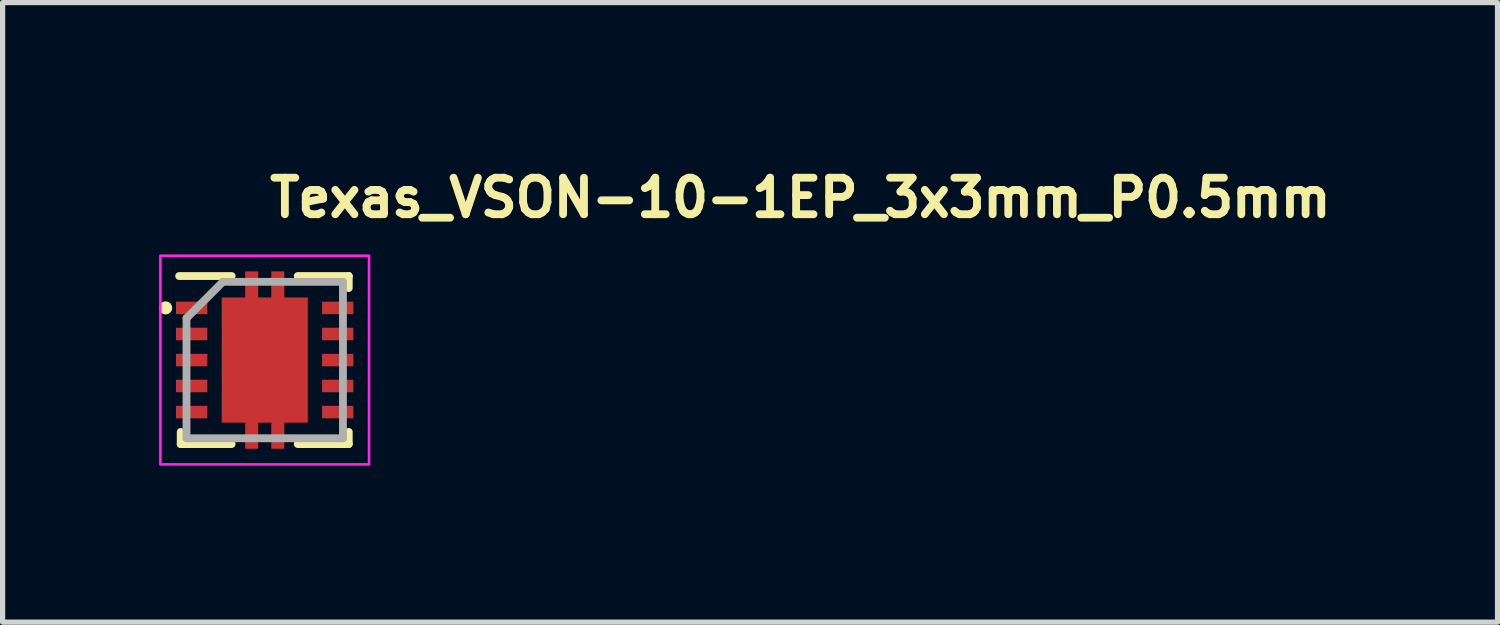
<source format=kicad_pcb>
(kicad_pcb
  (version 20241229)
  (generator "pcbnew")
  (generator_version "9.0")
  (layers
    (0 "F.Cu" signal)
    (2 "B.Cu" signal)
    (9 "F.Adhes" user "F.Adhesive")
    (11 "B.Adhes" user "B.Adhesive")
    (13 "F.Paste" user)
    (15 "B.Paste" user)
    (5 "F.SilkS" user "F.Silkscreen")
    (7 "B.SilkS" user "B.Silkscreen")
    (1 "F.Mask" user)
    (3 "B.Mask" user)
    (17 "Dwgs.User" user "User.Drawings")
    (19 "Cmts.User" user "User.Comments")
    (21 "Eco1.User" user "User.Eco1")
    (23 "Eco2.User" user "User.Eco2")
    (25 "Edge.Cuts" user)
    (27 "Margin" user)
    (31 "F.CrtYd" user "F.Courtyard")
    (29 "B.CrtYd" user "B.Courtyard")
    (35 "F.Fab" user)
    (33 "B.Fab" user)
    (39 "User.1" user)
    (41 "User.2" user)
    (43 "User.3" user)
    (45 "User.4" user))
  (footprint "Texas_VSON-10-1EP_3x3mm_P0.5mm"
    (layer "F.Cu")
    (at 2.025 3.852)
    (property "Reference" "Texas_VSON-10-1EP_3x3mm_P0.5mm" (at 0.02 -2.702 0) (layer "F.SilkS") (effects (font (size 0.7 0.7) (thickness 0.15)) (justify left bottom)))
    (attr smd)
    (fp_line (start -1.641 -1.611) (end -0.635 -1.611) (stroke (width 0.15) (type solid)) (layer "F.SilkS"))
    (fp_line (start -1.611 1.378) (end -1.611 1.61) (stroke (width 0.15) (type solid)) (layer "F.SilkS"))
    (fp_line (start -1.611 1.61) (end -0.635 1.61) (stroke (width 0.15) (type solid)) (layer "F.SilkS"))
    (fp_line (start 0.632 -1.611) (end 1.61 -1.611) (stroke (width 0.15) (type solid)) (layer "F.SilkS"))
    (fp_line (start 0.632 1.61) (end 1.61 1.61) (stroke (width 0.15) (type solid)) (layer "F.SilkS"))
    (fp_line (start 1.61 -1.611) (end 1.61 -1.381) (stroke (width 0.15) (type solid)) (layer "F.SilkS"))
    (fp_line (start 1.61 1.378) (end 1.61 1.61) (stroke (width 0.15) (type solid)) (layer "F.SilkS"))
    (fp_circle (center -1.9 -1) (end -1.85 -1) (stroke (width 0.15) (type solid)) (fill yes) (layer "F.SilkS"))
    (fp_rect (start -2 -2) (end 1.999 1.999) (stroke (width 0.05) (type solid)) (fill no) (layer "F.CrtYd"))
    (fp_line (start -1.5 -0.803) (end -1.5 1.499) (stroke (width 0.15) (type solid)) (layer "F.Fab"))
    (fp_line (start -1.5 -0.803) (end -0.803 -1.5) (stroke (width 0.15) (type solid)) (layer "F.Fab"))
    (fp_line (start -1.5 1.499) (end 1.499 1.499) (stroke (width 0.15) (type solid)) (layer "F.Fab"))
    (fp_line (start -0.803 -1.5) (end 1.499 -1.5) (stroke (width 0.15) (type solid)) (layer "F.Fab"))
    (fp_line (start 1.499 -1.5) (end 1.499 1.499) (stroke (width 0.15) (type solid)) (layer "F.Fab"))
    (fp_rect (start -1.5 -1.5) (end 1.499 1.499) (stroke (width 0.1) (type solid)) (fill no) (layer "User.5"))
    (fp_line (start -1.5 -1.121) (end -1.5 -0.88) (stroke (width 0.02) (type solid)) (layer "User.9"))
    (fp_line (start -1.5 -0.88) (end -1.49 -0.88) (stroke (width 0.02) (type solid)) (layer "User.9"))
    (fp_line (start -1.5 -0.62) (end -1.5 -0.38) (stroke (width 0.02) (type solid)) (layer "User.9"))
    (fp_line (start -1.5 -0.38) (end -1.49 -0.38) (stroke (width 0.02) (type solid)) (layer "User.9"))
    (fp_line (start -1.5 -0.12) (end -1.5 0.119) (stroke (width 0.02) (type solid)) (layer "User.9"))
    (fp_line (start -1.5 0.119) (end -1.49 0.119) (stroke (width 0.02) (type solid)) (layer "User.9"))
    (fp_line (start -1.5 0.378) (end -1.5 0.618) (stroke (width 0.02) (type solid)) (layer "User.9"))
    (fp_line (start -1.5 0.618) (end -1.49 0.618) (stroke (width 0.02) (type solid)) (layer "User.9"))
    (fp_line (start -1.5 0.878) (end -1.5 1.12) (stroke (width 0.02) (type solid)) (layer "User.9"))
    (fp_line (start -1.5 1.12) (end -1.49 1.12) (stroke (width 0.02) (type solid)) (layer "User.9"))
    (fp_line (start -1.49 -1.49) (end -1.49 1.489) (stroke (width 0.02) (type solid)) (layer "User.9"))
    (fp_line (start -1.49 -1.49) (end 1.489 -1.49) (stroke (width 0.02) (type solid)) (layer "User.9"))
    (fp_line (start -1.49 -1.121) (end -1.5 -1.121) (stroke (width 0.02) (type solid)) (layer "User.9"))
    (fp_line (start -1.49 -0.62) (end -1.5 -0.62) (stroke (width 0.02) (type solid)) (layer "User.9"))
    (fp_line (start -1.49 -0.12) (end -1.5 -0.12) (stroke (width 0.02) (type solid)) (layer "User.9"))
    (fp_line (start -1.49 0.378) (end -1.5 0.378) (stroke (width 0.02) (type solid)) (layer "User.9"))
    (fp_line (start -1.49 0.878) (end -1.5 0.878) (stroke (width 0.02) (type solid)) (layer "User.9"))
    (fp_line (start -1.49 1.489) (end 1.489 1.489) (stroke (width 0.02) (type solid)) (layer "User.9"))
    (fp_line (start -1.101 -0.817) (end -1.101 -0.802) (stroke (width 0.02) (type solid)) (layer "User.9"))
    (fp_line (start -1.101 -0.802) (end -1.101 -0.802) (stroke (width 0.02) (type solid)) (layer "User.9"))
    (fp_line (start -1.101 -0.802) (end -1.101 -0.786) (stroke (width 0.02) (type solid)) (layer "User.9"))
    (fp_line (start -1.101 -0.786) (end -1.099 -0.771) (stroke (width 0.02) (type solid)) (layer "User.9"))
    (fp_line (start -1.099 -0.832) (end -1.101 -0.817) (stroke (width 0.02) (type solid)) (layer "User.9"))
    (fp_line (start -1.099 -0.771) (end -1.097 -0.755) (stroke (width 0.02) (type solid)) (layer "User.9"))
    (fp_line (start -1.097 -0.846) (end -1.099 -0.832) (stroke (width 0.02) (type solid)) (layer "User.9"))
    (fp_line (start -1.097 -0.755) (end -1.095 -0.74) (stroke (width 0.02) (type solid)) (layer "User.9"))
    (fp_line (start -1.095 -0.861) (end -1.097 -0.846) (stroke (width 0.02) (type solid)) (layer "User.9"))
    (fp_line (start -1.095 -0.74) (end -1.091 -0.726) (stroke (width 0.02) (type solid)) (layer "User.9"))
    (fp_line (start -1.091 -0.875) (end -1.095 -0.861) (stroke (width 0.02) (type solid)) (layer "User.9"))
    (fp_line (start -1.091 -0.726) (end -1.087 -0.711) (stroke (width 0.02) (type solid)) (layer "User.9"))
    (fp_line (start -1.087 -0.89) (end -1.091 -0.875) (stroke (width 0.02) (type solid)) (layer "User.9"))
    (fp_line (start -1.087 -0.711) (end -1.083 -0.698) (stroke (width 0.02) (type solid)) (layer "User.9"))
    (fp_line (start -1.083 -0.905) (end -1.087 -0.89) (stroke (width 0.02) (type solid)) (layer "User.9"))
    (fp_line (start -1.083 -0.698) (end -1.077 -0.685) (stroke (width 0.02) (type solid)) (layer "User.9"))
    (fp_line (start -1.077 -0.918) (end -1.083 -0.905) (stroke (width 0.02) (type solid)) (layer "User.9"))
    (fp_line (start -1.077 -0.685) (end -1.071 -0.671) (stroke (width 0.02) (type solid)) (layer "User.9"))
    (fp_line (start -1.071 -0.932) (end -1.077 -0.918) (stroke (width 0.02) (type solid)) (layer "User.9"))
    (fp_line (start -1.071 -0.671) (end -1.065 -0.659) (stroke (width 0.02) (type solid)) (layer "User.9"))
    (fp_line (start -1.065 -0.944) (end -1.071 -0.932) (stroke (width 0.02) (type solid)) (layer "User.9"))
    (fp_line (start -1.065 -0.659) (end -1.057 -0.646) (stroke (width 0.02) (type solid)) (layer "User.9"))
    (fp_line (start -1.057 -0.957) (end -1.065 -0.944) (stroke (width 0.02) (type solid)) (layer "User.9"))
    (fp_line (start -1.057 -0.646) (end -1.049 -0.633) (stroke (width 0.02) (type solid)) (layer "User.9"))
    (fp_line (start -1.049 -0.968) (end -1.057 -0.957) (stroke (width 0.02) (type solid)) (layer "User.9"))
    (fp_line (start -1.049 -0.633) (end -1.041 -0.621) (stroke (width 0.02) (type solid)) (layer "User.9"))
    (fp_line (start -1.041 -0.98) (end -1.049 -0.968) (stroke (width 0.02) (type solid)) (layer "User.9"))
    (fp_line (start -1.041 -0.621) (end -1.033 -0.61) (stroke (width 0.02) (type solid)) (layer "User.9"))
    (fp_line (start -1.033 -0.991) (end -1.041 -0.98) (stroke (width 0.02) (type solid)) (layer "User.9"))
    (fp_line (start -1.033 -0.61) (end -1.024 -0.599) (stroke (width 0.02) (type solid)) (layer "User.9"))
    (fp_line (start -1.024 -1.002) (end -1.033 -0.991) (stroke (width 0.02) (type solid)) (layer "User.9"))
    (fp_line (start -1.024 -0.599) (end -1.014 -0.588) (stroke (width 0.02) (type solid)) (layer "User.9"))
    (fp_line (start -1.014 -1.014) (end -1.024 -1.002) (stroke (width 0.02) (type solid)) (layer "User.9"))
    (fp_line (start -1.014 -0.588) (end -1.002 -0.578) (stroke (width 0.02) (type solid)) (layer "User.9"))
    (fp_line (start -1.002 -1.024) (end -1.014 -1.014) (stroke (width 0.02) (type solid)) (layer "User.9"))
    (fp_line (start -1.002 -0.578) (end -0.991 -0.57) (stroke (width 0.02) (type solid)) (layer "User.9"))
    (fp_line (start -0.991 -1.033) (end -1.002 -1.024) (stroke (width 0.02) (type solid)) (layer "User.9"))
    (fp_line (start -0.991 -0.57) (end -0.98 -0.561) (stroke (width 0.02) (type solid)) (layer "User.9"))
    (fp_line (start -0.98 -1.041) (end -0.991 -1.033) (stroke (width 0.02) (type solid)) (layer "User.9"))
    (fp_line (start -0.98 -0.561) (end -0.968 -0.553) (stroke (width 0.02) (type solid)) (layer "User.9"))
    (fp_line (start -0.968 -1.049) (end -0.98 -1.041) (stroke (width 0.02) (type solid)) (layer "User.9"))
    (fp_line (start -0.968 -0.553) (end -0.957 -0.545) (stroke (width 0.02) (type solid)) (layer "User.9"))
    (fp_line (start -0.957 -1.057) (end -0.968 -1.049) (stroke (width 0.02) (type solid)) (layer "User.9"))
    (fp_line (start -0.957 -0.545) (end -0.944 -0.538) (stroke (width 0.02) (type solid)) (layer "User.9"))
    (fp_line (start -0.944 -1.065) (end -0.957 -1.057) (stroke (width 0.02) (type solid)) (layer "User.9"))
    (fp_line (start -0.944 -0.538) (end -0.932 -0.531) (stroke (width 0.02) (type solid)) (layer "User.9"))
    (fp_line (start -0.932 -1.071) (end -0.944 -1.065) (stroke (width 0.02) (type solid)) (layer "User.9"))
    (fp_line (start -0.932 -0.531) (end -0.918 -0.525) (stroke (width 0.02) (type solid)) (layer "User.9"))
    (fp_line (start -0.918 -1.077) (end -0.932 -1.071) (stroke (width 0.02) (type solid)) (layer "User.9"))
    (fp_line (start -0.918 -0.525) (end -0.905 -0.52) (stroke (width 0.02) (type solid)) (layer "User.9"))
    (fp_line (start -0.905 -1.083) (end -0.918 -1.077) (stroke (width 0.02) (type solid)) (layer "User.9"))
    (fp_line (start -0.905 -0.52) (end -0.89 -0.515) (stroke (width 0.02) (type solid)) (layer "User.9"))
    (fp_line (start -0.89 -1.087) (end -0.905 -1.083) (stroke (width 0.02) (type solid)) (layer "User.9"))
    (fp_line (start -0.89 -0.515) (end -0.875 -0.51) (stroke (width 0.02) (type solid)) (layer "User.9"))
    (fp_line (start -0.875 -1.091) (end -0.89 -1.087) (stroke (width 0.02) (type solid)) (layer "User.9"))
    (fp_line (start -0.875 -0.51) (end -0.861 -0.507) (stroke (width 0.02) (type solid)) (layer "User.9"))
    (fp_line (start -0.861 -1.095) (end -0.875 -1.091) (stroke (width 0.02) (type solid)) (layer "User.9"))
    (fp_line (start -0.861 -0.507) (end -0.846 -0.504) (stroke (width 0.02) (type solid)) (layer "User.9"))
    (fp_line (start -0.846 -1.097) (end -0.861 -1.095) (stroke (width 0.02) (type solid)) (layer "User.9"))
    (fp_line (start -0.846 -0.504) (end -0.832 -0.502) (stroke (width 0.02) (type solid)) (layer "User.9"))
    (fp_line (start -0.832 -1.099) (end -0.846 -1.097) (stroke (width 0.02) (type solid)) (layer "User.9"))
    (fp_line (start -0.832 -0.502) (end -0.817 -0.501) (stroke (width 0.02) (type solid)) (layer "User.9"))
    (fp_line (start -0.817 -1.101) (end -0.832 -1.099) (stroke (width 0.02) (type solid)) (layer "User.9"))
    (fp_line (start -0.817 -0.501) (end -0.802 -0.5) (stroke (width 0.02) (type solid)) (layer "User.9"))
    (fp_line (start -0.802 -1.101) (end -0.817 -1.101) (stroke (width 0.02) (type solid)) (layer "User.9"))
    (fp_line (start -0.802 -1.101) (end -0.802 -1.101) (stroke (width 0.02) (type solid)) (layer "User.9"))
    (fp_line (start -0.802 -0.5) (end -0.802 -0.5) (stroke (width 0.02) (type solid)) (layer "User.9"))
    (fp_line (start -0.802 -0.5) (end -0.786 -0.501) (stroke (width 0.02) (type solid)) (layer "User.9"))
    (fp_line (start -0.786 -1.101) (end -0.802 -1.101) (stroke (width 0.02) (type solid)) (layer "User.9"))
    (fp_line (start -0.786 -0.501) (end -0.771 -0.502) (stroke (width 0.02) (type solid)) (layer "User.9"))
    (fp_line (start -0.771 -1.099) (end -0.786 -1.101) (stroke (width 0.02) (type solid)) (layer "User.9"))
    (fp_line (start -0.771 -0.502) (end -0.755 -0.504) (stroke (width 0.02) (type solid)) (layer "User.9"))
    (fp_line (start -0.755 -1.097) (end -0.771 -1.099) (stroke (width 0.02) (type solid)) (layer "User.9"))
    (fp_line (start -0.755 -0.504) (end -0.74 -0.507) (stroke (width 0.02) (type solid)) (layer "User.9"))
    (fp_line (start -0.74 -1.095) (end -0.755 -1.097) (stroke (width 0.02) (type solid)) (layer "User.9"))
    (fp_line (start -0.74 -0.507) (end -0.726 -0.51) (stroke (width 0.02) (type solid)) (layer "User.9"))
    (fp_line (start -0.726 -1.091) (end -0.74 -1.095) (stroke (width 0.02) (type solid)) (layer "User.9"))
    (fp_line (start -0.726 -0.51) (end -0.711 -0.515) (stroke (width 0.02) (type solid)) (layer "User.9"))
    (fp_line (start -0.711 -1.087) (end -0.726 -1.091) (stroke (width 0.02) (type solid)) (layer "User.9"))
    (fp_line (start -0.711 -0.515) (end -0.698 -0.52) (stroke (width 0.02) (type solid)) (layer "User.9"))
    (fp_line (start -0.698 -1.083) (end -0.711 -1.087) (stroke (width 0.02) (type solid)) (layer "User.9"))
    (fp_line (start -0.698 -0.52) (end -0.685 -0.525) (stroke (width 0.02) (type solid)) (layer "User.9"))
    (fp_line (start -0.685 -1.077) (end -0.698 -1.083) (stroke (width 0.02) (type solid)) (layer "User.9"))
    (fp_line (start -0.685 -0.525) (end -0.671 -0.531) (stroke (width 0.02) (type solid)) (layer "User.9"))
    (fp_line (start -0.671 -1.071) (end -0.685 -1.077) (stroke (width 0.02) (type solid)) (layer "User.9"))
    (fp_line (start -0.671 -0.531) (end -0.659 -0.538) (stroke (width 0.02) (type solid)) (layer "User.9"))
    (fp_line (start -0.659 -1.065) (end -0.671 -1.071) (stroke (width 0.02) (type solid)) (layer "User.9"))
    (fp_line (start -0.659 -0.538) (end -0.646 -0.545) (stroke (width 0.02) (type solid)) (layer "User.9"))
    (fp_line (start -0.646 -1.057) (end -0.659 -1.065) (stroke (width 0.02) (type solid)) (layer "User.9"))
    (fp_line (start -0.646 -0.545) (end -0.633 -0.553) (stroke (width 0.02) (type solid)) (layer "User.9"))
    (fp_line (start -0.633 -1.049) (end -0.646 -1.057) (stroke (width 0.02) (type solid)) (layer "User.9"))
    (fp_line (start -0.633 -0.553) (end -0.621 -0.561) (stroke (width 0.02) (type solid)) (layer "User.9"))
    (fp_line (start -0.621 -1.041) (end -0.633 -1.049) (stroke (width 0.02) (type solid)) (layer "User.9"))
    (fp_line (start -0.621 -0.561) (end -0.61 -0.57) (stroke (width 0.02) (type solid)) (layer "User.9"))
    (fp_line (start -0.61 -1.033) (end -0.621 -1.041) (stroke (width 0.02) (type solid)) (layer "User.9"))
    (fp_line (start -0.61 -0.57) (end -0.599 -0.578) (stroke (width 0.02) (type solid)) (layer "User.9"))
    (fp_line (start -0.599 -1.024) (end -0.61 -1.033) (stroke (width 0.02) (type solid)) (layer "User.9"))
    (fp_line (start -0.599 -0.578) (end -0.588 -0.588) (stroke (width 0.02) (type solid)) (layer "User.9"))
    (fp_line (start -0.588 -1.014) (end -0.599 -1.024) (stroke (width 0.02) (type solid)) (layer "User.9"))
    (fp_line (start -0.588 -0.588) (end -0.578 -0.599) (stroke (width 0.02) (type solid)) (layer "User.9"))
    (fp_line (start -0.578 -1.002) (end -0.588 -1.014) (stroke (width 0.02) (type solid)) (layer "User.9"))
    (fp_line (start -0.578 -0.599) (end -0.57 -0.61) (stroke (width 0.02) (type solid)) (layer "User.9"))
    (fp_line (start -0.57 -0.991) (end -0.578 -1.002) (stroke (width 0.02) (type solid)) (layer "User.9"))
    (fp_line (start -0.57 -0.61) (end -0.561 -0.621) (stroke (width 0.02) (type solid)) (layer "User.9"))
    (fp_line (start -0.561 -0.98) (end -0.57 -0.991) (stroke (width 0.02) (type solid)) (layer "User.9"))
    (fp_line (start -0.561 -0.621) (end -0.553 -0.633) (stroke (width 0.02) (type solid)) (layer "User.9"))
    (fp_line (start -0.553 -0.968) (end -0.561 -0.98) (stroke (width 0.02) (type solid)) (layer "User.9"))
    (fp_line (start -0.553 -0.633) (end -0.545 -0.646) (stroke (width 0.02) (type solid)) (layer "User.9"))
    (fp_line (start -0.545 -0.957) (end -0.553 -0.968) (stroke (width 0.02) (type solid)) (layer "User.9"))
    (fp_line (start -0.545 -0.646) (end -0.538 -0.659) (stroke (width 0.02) (type solid)) (layer "User.9"))
    (fp_line (start -0.538 -0.944) (end -0.545 -0.957) (stroke (width 0.02) (type solid)) (layer "User.9"))
    (fp_line (start -0.538 -0.659) (end -0.531 -0.671) (stroke (width 0.02) (type solid)) (layer "User.9"))
    (fp_line (start -0.531 -0.932) (end -0.538 -0.944) (stroke (width 0.02) (type solid)) (layer "User.9"))
    (fp_line (start -0.531 -0.671) (end -0.525 -0.685) (stroke (width 0.02) (type solid)) (layer "User.9"))
    (fp_line (start -0.525 -0.918) (end -0.531 -0.932) (stroke (width 0.02) (type solid)) (layer "User.9"))
    (fp_line (start -0.525 -0.685) (end -0.52 -0.698) (stroke (width 0.02) (type solid)) (layer "User.9"))
    (fp_line (start -0.52 -0.905) (end -0.525 -0.918) (stroke (width 0.02) (type solid)) (layer "User.9"))
    (fp_line (start -0.52 -0.698) (end -0.515 -0.711) (stroke (width 0.02) (type solid)) (layer "User.9"))
    (fp_line (start -0.515 -0.89) (end -0.52 -0.905) (stroke (width 0.02) (type solid)) (layer "User.9"))
    (fp_line (start -0.515 -0.711) (end -0.51 -0.726) (stroke (width 0.02) (type solid)) (layer "User.9"))
    (fp_line (start -0.51 -0.875) (end -0.515 -0.89) (stroke (width 0.02) (type solid)) (layer "User.9"))
    (fp_line (start -0.51 -0.726) (end -0.507 -0.74) (stroke (width 0.02) (type solid)) (layer "User.9"))
    (fp_line (start -0.507 -0.861) (end -0.51 -0.875) (stroke (width 0.02) (type solid)) (layer "User.9"))
    (fp_line (start -0.507 -0.74) (end -0.504 -0.755) (stroke (width 0.02) (type solid)) (layer "User.9"))
    (fp_line (start -0.504 -0.846) (end -0.507 -0.861) (stroke (width 0.02) (type solid)) (layer "User.9"))
    (fp_line (start -0.504 -0.755) (end -0.502 -0.771) (stroke (width 0.02) (type solid)) (layer "User.9"))
    (fp_line (start -0.502 -0.832) (end -0.504 -0.846) (stroke (width 0.02) (type solid)) (layer "User.9"))
    (fp_line (start -0.502 -0.771) (end -0.501 -0.786) (stroke (width 0.02) (type solid)) (layer "User.9"))
    (fp_line (start -0.501 -0.817) (end -0.502 -0.832) (stroke (width 0.02) (type solid)) (layer "User.9"))
    (fp_line (start -0.501 -0.786) (end -0.5 -0.802) (stroke (width 0.02) (type solid)) (layer "User.9"))
    (fp_line (start -0.5 -0.802) (end -0.501 -0.817) (stroke (width 0.02) (type solid)) (layer "User.9"))
    (fp_line (start -0.5 -0.802) (end -0.5 -0.802) (stroke (width 0.02) (type solid)) (layer "User.9"))
    (fp_line (start -0.5 -0.802) (end -0.5 -0.802) (stroke (width 0.02) (type solid)) (layer "User.9"))
    (fp_line (start -0.37 -1.5) (end -0.37 -1.49) (stroke (width 0.02) (type solid)) (layer "User.9"))
    (fp_line (start -0.37 1.489) (end -0.37 1.499) (stroke (width 0.02) (type solid)) (layer "User.9"))
    (fp_line (start -0.37 1.499) (end -0.132 1.499) (stroke (width 0.02) (type solid)) (layer "User.9"))
    (fp_line (start -0.132 -1.5) (end -0.37 -1.5) (stroke (width 0.02) (type solid)) (layer "User.9"))
    (fp_line (start -0.132 -1.49) (end -0.132 -1.5) (stroke (width 0.02) (type solid)) (layer "User.9"))
    (fp_line (start -0.132 1.499) (end -0.132 1.489) (stroke (width 0.02) (type solid)) (layer "User.9"))
    (fp_line (start 0.13 -1.5) (end 0.13 -1.49) (stroke (width 0.02) (type solid)) (layer "User.9"))
    (fp_line (start 0.13 1.489) (end 0.13 1.499) (stroke (width 0.02) (type solid)) (layer "User.9"))
    (fp_line (start 0.13 1.499) (end 0.368 1.499) (stroke (width 0.02) (type solid)) (layer "User.9"))
    (fp_line (start 0.368 -1.5) (end 0.13 -1.5) (stroke (width 0.02) (type solid)) (layer "User.9"))
    (fp_line (start 0.368 -1.49) (end 0.368 -1.5) (stroke (width 0.02) (type solid)) (layer "User.9"))
    (fp_line (start 0.368 1.499) (end 0.368 1.489) (stroke (width 0.02) (type solid)) (layer "User.9"))
    (fp_line (start 1.489 -1.49) (end 1.489 1.489) (stroke (width 0.02) (type solid)) (layer "User.9"))
    (fp_line (start 1.489 -0.88) (end 1.499 -0.88) (stroke (width 0.02) (type solid)) (layer "User.9"))
    (fp_line (start 1.489 -0.38) (end 1.499 -0.38) (stroke (width 0.02) (type solid)) (layer "User.9"))
    (fp_line (start 1.489 0.119) (end 1.499 0.119) (stroke (width 0.02) (type solid)) (layer "User.9"))
    (fp_line (start 1.489 0.618) (end 1.499 0.618) (stroke (width 0.02) (type solid)) (layer "User.9"))
    (fp_line (start 1.489 1.12) (end 1.499 1.12) (stroke (width 0.02) (type solid)) (layer "User.9"))
    (fp_line (start 1.499 -1.121) (end 1.489 -1.121) (stroke (width 0.02) (type solid)) (layer "User.9"))
    (fp_line (start 1.499 -0.88) (end 1.499 -1.121) (stroke (width 0.02) (type solid)) (layer "User.9"))
    (fp_line (start 1.499 -0.62) (end 1.489 -0.62) (stroke (width 0.02) (type solid)) (layer "User.9"))
    (fp_line (start 1.499 -0.38) (end 1.499 -0.62) (stroke (width 0.02) (type solid)) (layer "User.9"))
    (fp_line (start 1.499 -0.12) (end 1.489 -0.12) (stroke (width 0.02) (type solid)) (layer "User.9"))
    (fp_line (start 1.499 0.119) (end 1.499 -0.12) (stroke (width 0.02) (type solid)) (layer "User.9"))
    (fp_line (start 1.499 0.378) (end 1.489 0.378) (stroke (width 0.02) (type solid)) (layer "User.9"))
    (fp_line (start 1.499 0.618) (end 1.499 0.378) (stroke (width 0.02) (type solid)) (layer "User.9"))
    (fp_line (start 1.499 0.878) (end 1.489 0.878) (stroke (width 0.02) (type solid)) (layer "User.9"))
    (fp_line (start 1.499 1.12) (end 1.499 0.878) (stroke (width 0.02) (type solid)) (layer "User.9"))
    (pad "" smd roundrect (at -0.25 -1.53) (size 0.25 0.34) (layers "F.Paste") (roundrect_rratio 0.1))
    (pad "" smd roundrect (at -0.25 1.527) (size 0.25 0.34) (layers "F.Paste") (roundrect_rratio 0.1))
    (pad "" smd roundrect (at 0 -0.63) (size 1.5 1.06) (layers "F.Paste") (roundrect_rratio 0.1))
    (pad "" smd roundrect (at 0 0.627) (size 1.5 1.06) (layers "F.Paste") (roundrect_rratio 0.1))
    (pad "" smd roundrect (at 0.247 -1.53) (size 0.25 0.34) (layers "F.Paste") (roundrect_rratio 0.1))
    (pad "" smd roundrect (at 0.247 1.527) (size 0.25 0.34) (layers "F.Paste") (roundrect_rratio 0.1))
    (pad "1" smd rect (at -1.401 -1) (size 0.6 0.24) (layers "F.Cu" "F.Mask" "F.Paste"))
    (pad "2" smd rect (at -1.401 -0.5) (size 0.6 0.24) (layers "F.Cu" "F.Mask" "F.Paste"))
    (pad "3" smd rect (at -1.401 0) (size 0.6 0.24) (layers "F.Cu" "F.Mask" "F.Paste"))
    (pad "4" smd rect (at -1.401 0.497) (size 0.6 0.24) (layers "F.Cu" "F.Mask" "F.Paste"))
    (pad "5" smd rect (at -1.401 0.997) (size 0.6 0.24) (layers "F.Cu" "F.Mask" "F.Paste"))
    (pad "6" smd rect (at 1.398 0.997) (size 0.6 0.24) (layers "F.Cu" "F.Mask" "F.Paste"))
    (pad "7" smd rect (at 1.398 0.497) (size 0.6 0.24) (layers "F.Cu" "F.Mask" "F.Paste"))
    (pad "8" smd rect (at 1.398 0) (size 0.6 0.24) (layers "F.Cu" "F.Mask" "F.Paste"))
    (pad "9" smd rect (at 1.398 -0.5) (size 0.6 0.24) (layers "F.Cu" "F.Mask" "F.Paste"))
    (pad "10" smd rect (at 1.398 -1) (size 0.6 0.24) (layers "F.Cu" "F.Mask" "F.Paste"))
    (pad "11" smd custom (at 0 0) (size 1.65 2.4) (layers "F.Cu" "F.Mask") (options (anchor rect)) (primitives (gr_poly (pts (xy -0.125 -1.1) (xy 0.125 -1.1) (xy 0.125 -1.7) (xy 0.375 -1.7) (xy 0.375 1.7) (xy 0.125 1.7) (xy 0.125 1.1) (xy -0.125 1.1) (xy -0.125 1.7) (xy -0.375 1.7) (xy -0.375 -1.7) (xy -0.125 -1.7)) (width 0) (fill yes)))))
  (gr_rect
    (start -3 -3)
    (end 25.655 8.876)
    (stroke (width 0.1) (type default))
    (fill no)
    (layer "Edge.Cuts")))
</source>
